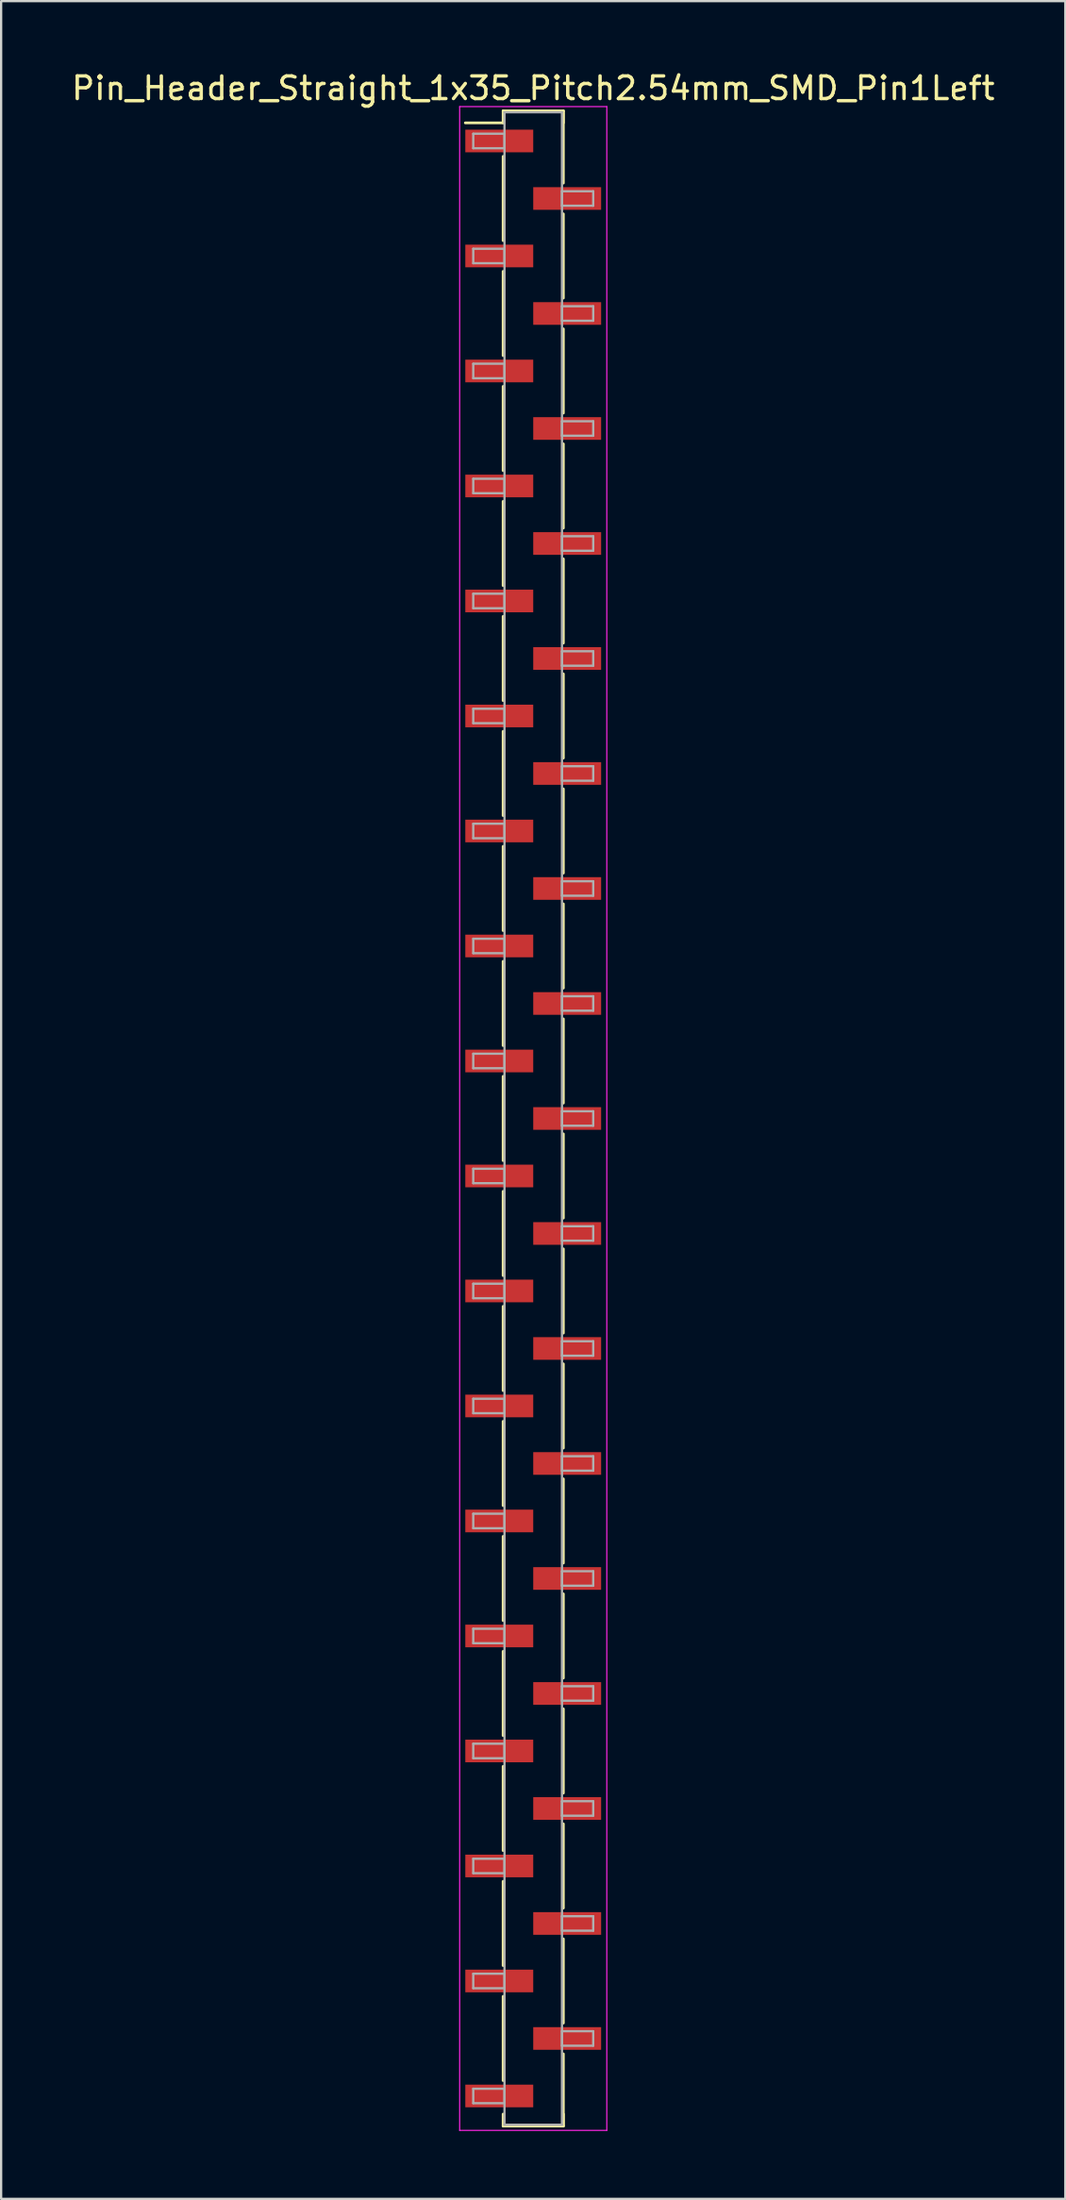
<source format=kicad_pcb>
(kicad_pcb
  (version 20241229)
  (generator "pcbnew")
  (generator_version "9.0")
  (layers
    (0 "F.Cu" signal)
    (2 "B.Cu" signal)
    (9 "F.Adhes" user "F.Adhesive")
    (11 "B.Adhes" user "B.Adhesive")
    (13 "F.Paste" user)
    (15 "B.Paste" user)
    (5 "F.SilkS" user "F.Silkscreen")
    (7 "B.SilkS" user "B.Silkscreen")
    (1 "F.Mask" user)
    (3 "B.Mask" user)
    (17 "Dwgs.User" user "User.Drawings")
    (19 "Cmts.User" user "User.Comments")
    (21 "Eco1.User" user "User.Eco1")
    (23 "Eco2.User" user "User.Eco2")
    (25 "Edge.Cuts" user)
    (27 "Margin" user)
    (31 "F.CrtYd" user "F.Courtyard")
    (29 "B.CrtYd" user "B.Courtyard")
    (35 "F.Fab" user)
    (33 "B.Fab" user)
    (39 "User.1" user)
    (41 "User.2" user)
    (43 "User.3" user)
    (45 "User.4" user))
  (footprint "Pin_Header_Straight_1x35_Pitch2.54mm_SMD_Pin1Left"
    (layer "F.Cu")
    (at 20.506 46.358)
    (property "Reference" "Pin_Header_Straight_1x35_Pitch2.54mm_SMD_Pin1Left" (at 0 -45.51 0) (layer "F.SilkS") (effects (font (size 1 1) (thickness 0.15))))
    (attr smd)
    (fp_line (start -1.33 -44.51) (end 1.33 -44.51) (stroke (width 0.12) (type solid)) (layer "F.SilkS"))
    (fp_line (start -1.33 -43.98) (end -3 -43.98) (stroke (width 0.12) (type solid)) (layer "F.SilkS"))
    (fp_line (start -1.33 -43.98) (end -1.33 -44.51) (stroke (width 0.12) (type solid)) (layer "F.SilkS"))
    (fp_line (start -1.33 -42.5) (end -1.33 -38.78) (stroke (width 0.12) (type solid)) (layer "F.SilkS"))
    (fp_line (start -1.33 -37.42) (end -1.33 -33.7) (stroke (width 0.12) (type solid)) (layer "F.SilkS"))
    (fp_line (start -1.33 -32.34) (end -1.33 -28.62) (stroke (width 0.12) (type solid)) (layer "F.SilkS"))
    (fp_line (start -1.33 -27.26) (end -1.33 -23.54) (stroke (width 0.12) (type solid)) (layer "F.SilkS"))
    (fp_line (start -1.33 -22.18) (end -1.33 -18.46) (stroke (width 0.12) (type solid)) (layer "F.SilkS"))
    (fp_line (start -1.33 -17.1) (end -1.33 -13.38) (stroke (width 0.12) (type solid)) (layer "F.SilkS"))
    (fp_line (start -1.33 -12.02) (end -1.33 -8.3) (stroke (width 0.12) (type solid)) (layer "F.SilkS"))
    (fp_line (start -1.33 -6.94) (end -1.33 -3.22) (stroke (width 0.12) (type solid)) (layer "F.SilkS"))
    (fp_line (start -1.33 -1.86) (end -1.33 1.86) (stroke (width 0.12) (type solid)) (layer "F.SilkS"))
    (fp_line (start -1.33 3.22) (end -1.33 6.94) (stroke (width 0.12) (type solid)) (layer "F.SilkS"))
    (fp_line (start -1.33 8.3) (end -1.33 12.02) (stroke (width 0.12) (type solid)) (layer "F.SilkS"))
    (fp_line (start -1.33 13.38) (end -1.33 17.1) (stroke (width 0.12) (type solid)) (layer "F.SilkS"))
    (fp_line (start -1.33 18.46) (end -1.33 22.18) (stroke (width 0.12) (type solid)) (layer "F.SilkS"))
    (fp_line (start -1.33 23.54) (end -1.33 27.26) (stroke (width 0.12) (type solid)) (layer "F.SilkS"))
    (fp_line (start -1.33 28.62) (end -1.33 32.34) (stroke (width 0.12) (type solid)) (layer "F.SilkS"))
    (fp_line (start -1.33 33.7) (end -1.33 37.42) (stroke (width 0.12) (type solid)) (layer "F.SilkS"))
    (fp_line (start -1.33 38.78) (end -1.33 42.5) (stroke (width 0.12) (type solid)) (layer "F.SilkS"))
    (fp_line (start -1.33 43.98) (end -1.33 44.51) (stroke (width 0.12) (type solid)) (layer "F.SilkS"))
    (fp_line (start -1.33 44.51) (end 1.33 44.51) (stroke (width 0.12) (type solid)) (layer "F.SilkS"))
    (fp_line (start 1.33 -44.51) (end 1.33 -43.98) (stroke (width 0.12) (type solid)) (layer "F.SilkS"))
    (fp_line (start 1.33 -44.51) (end 1.33 -41.32) (stroke (width 0.12) (type solid)) (layer "F.SilkS"))
    (fp_line (start 1.33 -39.96) (end 1.33 -36.24) (stroke (width 0.12) (type solid)) (layer "F.SilkS"))
    (fp_line (start 1.33 -34.88) (end 1.33 -31.16) (stroke (width 0.12) (type solid)) (layer "F.SilkS"))
    (fp_line (start 1.33 -29.8) (end 1.33 -26.08) (stroke (width 0.12) (type solid)) (layer "F.SilkS"))
    (fp_line (start 1.33 -24.72) (end 1.33 -21) (stroke (width 0.12) (type solid)) (layer "F.SilkS"))
    (fp_line (start 1.33 -19.64) (end 1.33 -15.92) (stroke (width 0.12) (type solid)) (layer "F.SilkS"))
    (fp_line (start 1.33 -14.56) (end 1.33 -10.84) (stroke (width 0.12) (type solid)) (layer "F.SilkS"))
    (fp_line (start 1.33 -9.48) (end 1.33 -5.76) (stroke (width 0.12) (type solid)) (layer "F.SilkS"))
    (fp_line (start 1.33 -4.4) (end 1.33 -0.68) (stroke (width 0.12) (type solid)) (layer "F.SilkS"))
    (fp_line (start 1.33 0.68) (end 1.33 4.4) (stroke (width 0.12) (type solid)) (layer "F.SilkS"))
    (fp_line (start 1.33 5.76) (end 1.33 9.48) (stroke (width 0.12) (type solid)) (layer "F.SilkS"))
    (fp_line (start 1.33 10.84) (end 1.33 14.56) (stroke (width 0.12) (type solid)) (layer "F.SilkS"))
    (fp_line (start 1.33 15.92) (end 1.33 19.64) (stroke (width 0.12) (type solid)) (layer "F.SilkS"))
    (fp_line (start 1.33 21) (end 1.33 24.72) (stroke (width 0.12) (type solid)) (layer "F.SilkS"))
    (fp_line (start 1.33 26.08) (end 1.33 29.8) (stroke (width 0.12) (type solid)) (layer "F.SilkS"))
    (fp_line (start 1.33 31.16) (end 1.33 34.88) (stroke (width 0.12) (type solid)) (layer "F.SilkS"))
    (fp_line (start 1.33 36.24) (end 1.33 39.96) (stroke (width 0.12) (type solid)) (layer "F.SilkS"))
    (fp_line (start 1.33 41.32) (end 1.33 44.51) (stroke (width 0.12) (type solid)) (layer "F.SilkS"))
    (fp_line (start 1.33 44.51) (end 1.33 43.98) (stroke (width 0.12) (type solid)) (layer "F.SilkS"))
    (fp_line (start -3.25 -44.7) (end -3.25 44.7) (stroke (width 0.05) (type solid)) (layer "F.CrtYd"))
    (fp_line (start -3.25 44.7) (end 3.25 44.7) (stroke (width 0.05) (type solid)) (layer "F.CrtYd"))
    (fp_line (start 3.25 -44.7) (end -3.25 -44.7) (stroke (width 0.05) (type solid)) (layer "F.CrtYd"))
    (fp_line (start 3.25 44.7) (end 3.25 -44.7) (stroke (width 0.05) (type solid)) (layer "F.CrtYd"))
    (fp_line (start -2.65 -43.5) (end -1.27 -43.5) (stroke (width 0.1) (type solid)) (layer "F.Fab"))
    (fp_line (start -2.65 -42.86) (end -2.65 -43.5) (stroke (width 0.1) (type solid)) (layer "F.Fab"))
    (fp_line (start -2.65 -38.42) (end -1.27 -38.42) (stroke (width 0.1) (type solid)) (layer "F.Fab"))
    (fp_line (start -2.65 -37.78) (end -2.65 -38.42) (stroke (width 0.1) (type solid)) (layer "F.Fab"))
    (fp_line (start -2.65 -33.34) (end -1.27 -33.34) (stroke (width 0.1) (type solid)) (layer "F.Fab"))
    (fp_line (start -2.65 -32.7) (end -2.65 -33.34) (stroke (width 0.1) (type solid)) (layer "F.Fab"))
    (fp_line (start -2.65 -28.26) (end -1.27 -28.26) (stroke (width 0.1) (type solid)) (layer "F.Fab"))
    (fp_line (start -2.65 -27.62) (end -2.65 -28.26) (stroke (width 0.1) (type solid)) (layer "F.Fab"))
    (fp_line (start -2.65 -23.18) (end -1.27 -23.18) (stroke (width 0.1) (type solid)) (layer "F.Fab"))
    (fp_line (start -2.65 -22.54) (end -2.65 -23.18) (stroke (width 0.1) (type solid)) (layer "F.Fab"))
    (fp_line (start -2.65 -18.1) (end -1.27 -18.1) (stroke (width 0.1) (type solid)) (layer "F.Fab"))
    (fp_line (start -2.65 -17.46) (end -2.65 -18.1) (stroke (width 0.1) (type solid)) (layer "F.Fab"))
    (fp_line (start -2.65 -13.02) (end -1.27 -13.02) (stroke (width 0.1) (type solid)) (layer "F.Fab"))
    (fp_line (start -2.65 -12.38) (end -2.65 -13.02) (stroke (width 0.1) (type solid)) (layer "F.Fab"))
    (fp_line (start -2.65 -7.94) (end -1.27 -7.94) (stroke (width 0.1) (type solid)) (layer "F.Fab"))
    (fp_line (start -2.65 -7.3) (end -2.65 -7.94) (stroke (width 0.1) (type solid)) (layer "F.Fab"))
    (fp_line (start -2.65 -2.86) (end -1.27 -2.86) (stroke (width 0.1) (type solid)) (layer "F.Fab"))
    (fp_line (start -2.65 -2.22) (end -2.65 -2.86) (stroke (width 0.1) (type solid)) (layer "F.Fab"))
    (fp_line (start -2.65 2.22) (end -1.27 2.22) (stroke (width 0.1) (type solid)) (layer "F.Fab"))
    (fp_line (start -2.65 2.86) (end -2.65 2.22) (stroke (width 0.1) (type solid)) (layer "F.Fab"))
    (fp_line (start -2.65 7.3) (end -1.27 7.3) (stroke (width 0.1) (type solid)) (layer "F.Fab"))
    (fp_line (start -2.65 7.94) (end -2.65 7.3) (stroke (width 0.1) (type solid)) (layer "F.Fab"))
    (fp_line (start -2.65 12.38) (end -1.27 12.38) (stroke (width 0.1) (type solid)) (layer "F.Fab"))
    (fp_line (start -2.65 13.02) (end -2.65 12.38) (stroke (width 0.1) (type solid)) (layer "F.Fab"))
    (fp_line (start -2.65 17.46) (end -1.27 17.46) (stroke (width 0.1) (type solid)) (layer "F.Fab"))
    (fp_line (start -2.65 18.1) (end -2.65 17.46) (stroke (width 0.1) (type solid)) (layer "F.Fab"))
    (fp_line (start -2.65 22.54) (end -1.27 22.54) (stroke (width 0.1) (type solid)) (layer "F.Fab"))
    (fp_line (start -2.65 23.18) (end -2.65 22.54) (stroke (width 0.1) (type solid)) (layer "F.Fab"))
    (fp_line (start -2.65 27.62) (end -1.27 27.62) (stroke (width 0.1) (type solid)) (layer "F.Fab"))
    (fp_line (start -2.65 28.26) (end -2.65 27.62) (stroke (width 0.1) (type solid)) (layer "F.Fab"))
    (fp_line (start -2.65 32.7) (end -1.27 32.7) (stroke (width 0.1) (type solid)) (layer "F.Fab"))
    (fp_line (start -2.65 33.34) (end -2.65 32.7) (stroke (width 0.1) (type solid)) (layer "F.Fab"))
    (fp_line (start -2.65 37.78) (end -1.27 37.78) (stroke (width 0.1) (type solid)) (layer "F.Fab"))
    (fp_line (start -2.65 38.42) (end -2.65 37.78) (stroke (width 0.1) (type solid)) (layer "F.Fab"))
    (fp_line (start -2.65 42.86) (end -1.27 42.86) (stroke (width 0.1) (type solid)) (layer "F.Fab"))
    (fp_line (start -2.65 43.5) (end -2.65 42.86) (stroke (width 0.1) (type solid)) (layer "F.Fab"))
    (fp_line (start -1.27 -44.45) (end -1.27 44.45) (stroke (width 0.1) (type solid)) (layer "F.Fab"))
    (fp_line (start -1.27 -43.5) (end -1.27 -42.86) (stroke (width 0.1) (type solid)) (layer "F.Fab"))
    (fp_line (start -1.27 -42.86) (end -2.65 -42.86) (stroke (width 0.1) (type solid)) (layer "F.Fab"))
    (fp_line (start -1.27 -38.42) (end -1.27 -37.78) (stroke (width 0.1) (type solid)) (layer "F.Fab"))
    (fp_line (start -1.27 -37.78) (end -2.65 -37.78) (stroke (width 0.1) (type solid)) (layer "F.Fab"))
    (fp_line (start -1.27 -33.34) (end -1.27 -32.7) (stroke (width 0.1) (type solid)) (layer "F.Fab"))
    (fp_line (start -1.27 -32.7) (end -2.65 -32.7) (stroke (width 0.1) (type solid)) (layer "F.Fab"))
    (fp_line (start -1.27 -28.26) (end -1.27 -27.62) (stroke (width 0.1) (type solid)) (layer "F.Fab"))
    (fp_line (start -1.27 -27.62) (end -2.65 -27.62) (stroke (width 0.1) (type solid)) (layer "F.Fab"))
    (fp_line (start -1.27 -23.18) (end -1.27 -22.54) (stroke (width 0.1) (type solid)) (layer "F.Fab"))
    (fp_line (start -1.27 -22.54) (end -2.65 -22.54) (stroke (width 0.1) (type solid)) (layer "F.Fab"))
    (fp_line (start -1.27 -18.1) (end -1.27 -17.46) (stroke (width 0.1) (type solid)) (layer "F.Fab"))
    (fp_line (start -1.27 -17.46) (end -2.65 -17.46) (stroke (width 0.1) (type solid)) (layer "F.Fab"))
    (fp_line (start -1.27 -13.02) (end -1.27 -12.38) (stroke (width 0.1) (type solid)) (layer "F.Fab"))
    (fp_line (start -1.27 -12.38) (end -2.65 -12.38) (stroke (width 0.1) (type solid)) (layer "F.Fab"))
    (fp_line (start -1.27 -7.94) (end -1.27 -7.3) (stroke (width 0.1) (type solid)) (layer "F.Fab"))
    (fp_line (start -1.27 -7.3) (end -2.65 -7.3) (stroke (width 0.1) (type solid)) (layer "F.Fab"))
    (fp_line (start -1.27 -2.86) (end -1.27 -2.22) (stroke (width 0.1) (type solid)) (layer "F.Fab"))
    (fp_line (start -1.27 -2.22) (end -2.65 -2.22) (stroke (width 0.1) (type solid)) (layer "F.Fab"))
    (fp_line (start -1.27 2.22) (end -1.27 2.86) (stroke (width 0.1) (type solid)) (layer "F.Fab"))
    (fp_line (start -1.27 2.86) (end -2.65 2.86) (stroke (width 0.1) (type solid)) (layer "F.Fab"))
    (fp_line (start -1.27 7.3) (end -1.27 7.94) (stroke (width 0.1) (type solid)) (layer "F.Fab"))
    (fp_line (start -1.27 7.94) (end -2.65 7.94) (stroke (width 0.1) (type solid)) (layer "F.Fab"))
    (fp_line (start -1.27 12.38) (end -1.27 13.02) (stroke (width 0.1) (type solid)) (layer "F.Fab"))
    (fp_line (start -1.27 13.02) (end -2.65 13.02) (stroke (width 0.1) (type solid)) (layer "F.Fab"))
    (fp_line (start -1.27 17.46) (end -1.27 18.1) (stroke (width 0.1) (type solid)) (layer "F.Fab"))
    (fp_line (start -1.27 18.1) (end -2.65 18.1) (stroke (width 0.1) (type solid)) (layer "F.Fab"))
    (fp_line (start -1.27 22.54) (end -1.27 23.18) (stroke (width 0.1) (type solid)) (layer "F.Fab"))
    (fp_line (start -1.27 23.18) (end -2.65 23.18) (stroke (width 0.1) (type solid)) (layer "F.Fab"))
    (fp_line (start -1.27 27.62) (end -1.27 28.26) (stroke (width 0.1) (type solid)) (layer "F.Fab"))
    (fp_line (start -1.27 28.26) (end -2.65 28.26) (stroke (width 0.1) (type solid)) (layer "F.Fab"))
    (fp_line (start -1.27 32.7) (end -1.27 33.34) (stroke (width 0.1) (type solid)) (layer "F.Fab"))
    (fp_line (start -1.27 33.34) (end -2.65 33.34) (stroke (width 0.1) (type solid)) (layer "F.Fab"))
    (fp_line (start -1.27 37.78) (end -1.27 38.42) (stroke (width 0.1) (type solid)) (layer "F.Fab"))
    (fp_line (start -1.27 38.42) (end -2.65 38.42) (stroke (width 0.1) (type solid)) (layer "F.Fab"))
    (fp_line (start -1.27 42.86) (end -1.27 43.5) (stroke (width 0.1) (type solid)) (layer "F.Fab"))
    (fp_line (start -1.27 43.5) (end -2.65 43.5) (stroke (width 0.1) (type solid)) (layer "F.Fab"))
    (fp_line (start -1.27 44.45) (end 1.27 44.45) (stroke (width 0.1) (type solid)) (layer "F.Fab"))
    (fp_line (start 1.27 -44.45) (end -1.27 -44.45) (stroke (width 0.1) (type solid)) (layer "F.Fab"))
    (fp_line (start 1.27 -40.96) (end 1.27 -40.32) (stroke (width 0.1) (type solid)) (layer "F.Fab"))
    (fp_line (start 1.27 -40.32) (end 2.65 -40.32) (stroke (width 0.1) (type solid)) (layer "F.Fab"))
    (fp_line (start 1.27 -35.88) (end 1.27 -35.24) (stroke (width 0.1) (type solid)) (layer "F.Fab"))
    (fp_line (start 1.27 -35.24) (end 2.65 -35.24) (stroke (width 0.1) (type solid)) (layer "F.Fab"))
    (fp_line (start 1.27 -30.8) (end 1.27 -30.16) (stroke (width 0.1) (type solid)) (layer "F.Fab"))
    (fp_line (start 1.27 -30.16) (end 2.65 -30.16) (stroke (width 0.1) (type solid)) (layer "F.Fab"))
    (fp_line (start 1.27 -25.72) (end 1.27 -25.08) (stroke (width 0.1) (type solid)) (layer "F.Fab"))
    (fp_line (start 1.27 -25.08) (end 2.65 -25.08) (stroke (width 0.1) (type solid)) (layer "F.Fab"))
    (fp_line (start 1.27 -20.64) (end 1.27 -20) (stroke (width 0.1) (type solid)) (layer "F.Fab"))
    (fp_line (start 1.27 -20) (end 2.65 -20) (stroke (width 0.1) (type solid)) (layer "F.Fab"))
    (fp_line (start 1.27 -15.56) (end 1.27 -14.92) (stroke (width 0.1) (type solid)) (layer "F.Fab"))
    (fp_line (start 1.27 -14.92) (end 2.65 -14.92) (stroke (width 0.1) (type solid)) (layer "F.Fab"))
    (fp_line (start 1.27 -10.48) (end 1.27 -9.84) (stroke (width 0.1) (type solid)) (layer "F.Fab"))
    (fp_line (start 1.27 -9.84) (end 2.65 -9.84) (stroke (width 0.1) (type solid)) (layer "F.Fab"))
    (fp_line (start 1.27 -5.4) (end 1.27 -4.76) (stroke (width 0.1) (type solid)) (layer "F.Fab"))
    (fp_line (start 1.27 -4.76) (end 2.65 -4.76) (stroke (width 0.1) (type solid)) (layer "F.Fab"))
    (fp_line (start 1.27 -0.32) (end 1.27 0.32) (stroke (width 0.1) (type solid)) (layer "F.Fab"))
    (fp_line (start 1.27 0.32) (end 2.65 0.32) (stroke (width 0.1) (type solid)) (layer "F.Fab"))
    (fp_line (start 1.27 4.76) (end 1.27 5.4) (stroke (width 0.1) (type solid)) (layer "F.Fab"))
    (fp_line (start 1.27 5.4) (end 2.65 5.4) (stroke (width 0.1) (type solid)) (layer "F.Fab"))
    (fp_line (start 1.27 9.84) (end 1.27 10.48) (stroke (width 0.1) (type solid)) (layer "F.Fab"))
    (fp_line (start 1.27 10.48) (end 2.65 10.48) (stroke (width 0.1) (type solid)) (layer "F.Fab"))
    (fp_line (start 1.27 14.92) (end 1.27 15.56) (stroke (width 0.1) (type solid)) (layer "F.Fab"))
    (fp_line (start 1.27 15.56) (end 2.65 15.56) (stroke (width 0.1) (type solid)) (layer "F.Fab"))
    (fp_line (start 1.27 20) (end 1.27 20.64) (stroke (width 0.1) (type solid)) (layer "F.Fab"))
    (fp_line (start 1.27 20.64) (end 2.65 20.64) (stroke (width 0.1) (type solid)) (layer "F.Fab"))
    (fp_line (start 1.27 25.08) (end 1.27 25.72) (stroke (width 0.1) (type solid)) (layer "F.Fab"))
    (fp_line (start 1.27 25.72) (end 2.65 25.72) (stroke (width 0.1) (type solid)) (layer "F.Fab"))
    (fp_line (start 1.27 30.16) (end 1.27 30.8) (stroke (width 0.1) (type solid)) (layer "F.Fab"))
    (fp_line (start 1.27 30.8) (end 2.65 30.8) (stroke (width 0.1) (type solid)) (layer "F.Fab"))
    (fp_line (start 1.27 35.24) (end 1.27 35.88) (stroke (width 0.1) (type solid)) (layer "F.Fab"))
    (fp_line (start 1.27 35.88) (end 2.65 35.88) (stroke (width 0.1) (type solid)) (layer "F.Fab"))
    (fp_line (start 1.27 40.32) (end 1.27 40.96) (stroke (width 0.1) (type solid)) (layer "F.Fab"))
    (fp_line (start 1.27 40.96) (end 2.65 40.96) (stroke (width 0.1) (type solid)) (layer "F.Fab"))
    (fp_line (start 1.27 44.45) (end 1.27 -44.45) (stroke (width 0.1) (type solid)) (layer "F.Fab"))
    (fp_line (start 2.65 -40.96) (end 1.27 -40.96) (stroke (width 0.1) (type solid)) (layer "F.Fab"))
    (fp_line (start 2.65 -40.32) (end 2.65 -40.96) (stroke (width 0.1) (type solid)) (layer "F.Fab"))
    (fp_line (start 2.65 -35.88) (end 1.27 -35.88) (stroke (width 0.1) (type solid)) (layer "F.Fab"))
    (fp_line (start 2.65 -35.24) (end 2.65 -35.88) (stroke (width 0.1) (type solid)) (layer "F.Fab"))
    (fp_line (start 2.65 -30.8) (end 1.27 -30.8) (stroke (width 0.1) (type solid)) (layer "F.Fab"))
    (fp_line (start 2.65 -30.16) (end 2.65 -30.8) (stroke (width 0.1) (type solid)) (layer "F.Fab"))
    (fp_line (start 2.65 -25.72) (end 1.27 -25.72) (stroke (width 0.1) (type solid)) (layer "F.Fab"))
    (fp_line (start 2.65 -25.08) (end 2.65 -25.72) (stroke (width 0.1) (type solid)) (layer "F.Fab"))
    (fp_line (start 2.65 -20.64) (end 1.27 -20.64) (stroke (width 0.1) (type solid)) (layer "F.Fab"))
    (fp_line (start 2.65 -20) (end 2.65 -20.64) (stroke (width 0.1) (type solid)) (layer "F.Fab"))
    (fp_line (start 2.65 -15.56) (end 1.27 -15.56) (stroke (width 0.1) (type solid)) (layer "F.Fab"))
    (fp_line (start 2.65 -14.92) (end 2.65 -15.56) (stroke (width 0.1) (type solid)) (layer "F.Fab"))
    (fp_line (start 2.65 -10.48) (end 1.27 -10.48) (stroke (width 0.1) (type solid)) (layer "F.Fab"))
    (fp_line (start 2.65 -9.84) (end 2.65 -10.48) (stroke (width 0.1) (type solid)) (layer "F.Fab"))
    (fp_line (start 2.65 -5.4) (end 1.27 -5.4) (stroke (width 0.1) (type solid)) (layer "F.Fab"))
    (fp_line (start 2.65 -4.76) (end 2.65 -5.4) (stroke (width 0.1) (type solid)) (layer "F.Fab"))
    (fp_line (start 2.65 -0.32) (end 1.27 -0.32) (stroke (width 0.1) (type solid)) (layer "F.Fab"))
    (fp_line (start 2.65 0.32) (end 2.65 -0.32) (stroke (width 0.1) (type solid)) (layer "F.Fab"))
    (fp_line (start 2.65 4.76) (end 1.27 4.76) (stroke (width 0.1) (type solid)) (layer "F.Fab"))
    (fp_line (start 2.65 5.4) (end 2.65 4.76) (stroke (width 0.1) (type solid)) (layer "F.Fab"))
    (fp_line (start 2.65 9.84) (end 1.27 9.84) (stroke (width 0.1) (type solid)) (layer "F.Fab"))
    (fp_line (start 2.65 10.48) (end 2.65 9.84) (stroke (width 0.1) (type solid)) (layer "F.Fab"))
    (fp_line (start 2.65 14.92) (end 1.27 14.92) (stroke (width 0.1) (type solid)) (layer "F.Fab"))
    (fp_line (start 2.65 15.56) (end 2.65 14.92) (stroke (width 0.1) (type solid)) (layer "F.Fab"))
    (fp_line (start 2.65 20) (end 1.27 20) (stroke (width 0.1) (type solid)) (layer "F.Fab"))
    (fp_line (start 2.65 20.64) (end 2.65 20) (stroke (width 0.1) (type solid)) (layer "F.Fab"))
    (fp_line (start 2.65 25.08) (end 1.27 25.08) (stroke (width 0.1) (type solid)) (layer "F.Fab"))
    (fp_line (start 2.65 25.72) (end 2.65 25.08) (stroke (width 0.1) (type solid)) (layer "F.Fab"))
    (fp_line (start 2.65 30.16) (end 1.27 30.16) (stroke (width 0.1) (type solid)) (layer "F.Fab"))
    (fp_line (start 2.65 30.8) (end 2.65 30.16) (stroke (width 0.1) (type solid)) (layer "F.Fab"))
    (fp_line (start 2.65 35.24) (end 1.27 35.24) (stroke (width 0.1) (type solid)) (layer "F.Fab"))
    (fp_line (start 2.65 35.88) (end 2.65 35.24) (stroke (width 0.1) (type solid)) (layer "F.Fab"))
    (fp_line (start 2.65 40.32) (end 1.27 40.32) (stroke (width 0.1) (type solid)) (layer "F.Fab"))
    (fp_line (start 2.65 40.96) (end 2.65 40.32) (stroke (width 0.1) (type solid)) (layer "F.Fab"))
    (pad "1" smd rect (at -1.5 -43.18) (size 3 1) (layers "F.Cu" "F.Mask"))
    (pad "2" smd rect (at 1.5 -40.64) (size 3 1) (layers "F.Cu" "F.Mask"))
    (pad "3" smd rect (at -1.5 -38.1) (size 3 1) (layers "F.Cu" "F.Mask"))
    (pad "4" smd rect (at 1.5 -35.56) (size 3 1) (layers "F.Cu" "F.Mask"))
    (pad "5" smd rect (at -1.5 -33.02) (size 3 1) (layers "F.Cu" "F.Mask"))
    (pad "6" smd rect (at 1.5 -30.48) (size 3 1) (layers "F.Cu" "F.Mask"))
    (pad "7" smd rect (at -1.5 -27.94) (size 3 1) (layers "F.Cu" "F.Mask"))
    (pad "8" smd rect (at 1.5 -25.4) (size 3 1) (layers "F.Cu" "F.Mask"))
    (pad "9" smd rect (at -1.5 -22.86) (size 3 1) (layers "F.Cu" "F.Mask"))
    (pad "10" smd rect (at 1.5 -20.32) (size 3 1) (layers "F.Cu" "F.Mask"))
    (pad "11" smd rect (at -1.5 -17.78) (size 3 1) (layers "F.Cu" "F.Mask"))
    (pad "12" smd rect (at 1.5 -15.24) (size 3 1) (layers "F.Cu" "F.Mask"))
    (pad "13" smd rect (at -1.5 -12.7) (size 3 1) (layers "F.Cu" "F.Mask"))
    (pad "14" smd rect (at 1.5 -10.16) (size 3 1) (layers "F.Cu" "F.Mask"))
    (pad "15" smd rect (at -1.5 -7.62) (size 3 1) (layers "F.Cu" "F.Mask"))
    (pad "16" smd rect (at 1.5 -5.08) (size 3 1) (layers "F.Cu" "F.Mask"))
    (pad "17" smd rect (at -1.5 -2.54) (size 3 1) (layers "F.Cu" "F.Mask"))
    (pad "18" smd rect (at 1.5 0) (size 3 1) (layers "F.Cu" "F.Mask"))
    (pad "19" smd rect (at -1.5 2.54) (size 3 1) (layers "F.Cu" "F.Mask"))
    (pad "20" smd rect (at 1.5 5.08) (size 3 1) (layers "F.Cu" "F.Mask"))
    (pad "21" smd rect (at -1.5 7.62) (size 3 1) (layers "F.Cu" "F.Mask"))
    (pad "22" smd rect (at 1.5 10.16) (size 3 1) (layers "F.Cu" "F.Mask"))
    (pad "23" smd rect (at -1.5 12.7) (size 3 1) (layers "F.Cu" "F.Mask"))
    (pad "24" smd rect (at 1.5 15.24) (size 3 1) (layers "F.Cu" "F.Mask"))
    (pad "25" smd rect (at -1.5 17.78) (size 3 1) (layers "F.Cu" "F.Mask"))
    (pad "26" smd rect (at 1.5 20.32) (size 3 1) (layers "F.Cu" "F.Mask"))
    (pad "27" smd rect (at -1.5 22.86) (size 3 1) (layers "F.Cu" "F.Mask"))
    (pad "28" smd rect (at 1.5 25.4) (size 3 1) (layers "F.Cu" "F.Mask"))
    (pad "29" smd rect (at -1.5 27.94) (size 3 1) (layers "F.Cu" "F.Mask"))
    (pad "30" smd rect (at 1.5 30.48) (size 3 1) (layers "F.Cu" "F.Mask"))
    (pad "31" smd rect (at -1.5 33.02) (size 3 1) (layers "F.Cu" "F.Mask"))
    (pad "32" smd rect (at 1.5 35.56) (size 3 1) (layers "F.Cu" "F.Mask"))
    (pad "33" smd rect (at -1.5 38.1) (size 3 1) (layers "F.Cu" "F.Mask"))
    (pad "34" smd rect (at 1.5 40.64) (size 3 1) (layers "F.Cu" "F.Mask"))
    (pad "35" smd rect (at -1.5 43.18) (size 3 1) (layers "F.Cu" "F.Mask")))
  (gr_rect
    (start -3 -3)
    (end 44.012 94.083)
    (stroke (width 0.1) (type default))
    (fill no)
    (layer "Edge.Cuts")))
</source>
